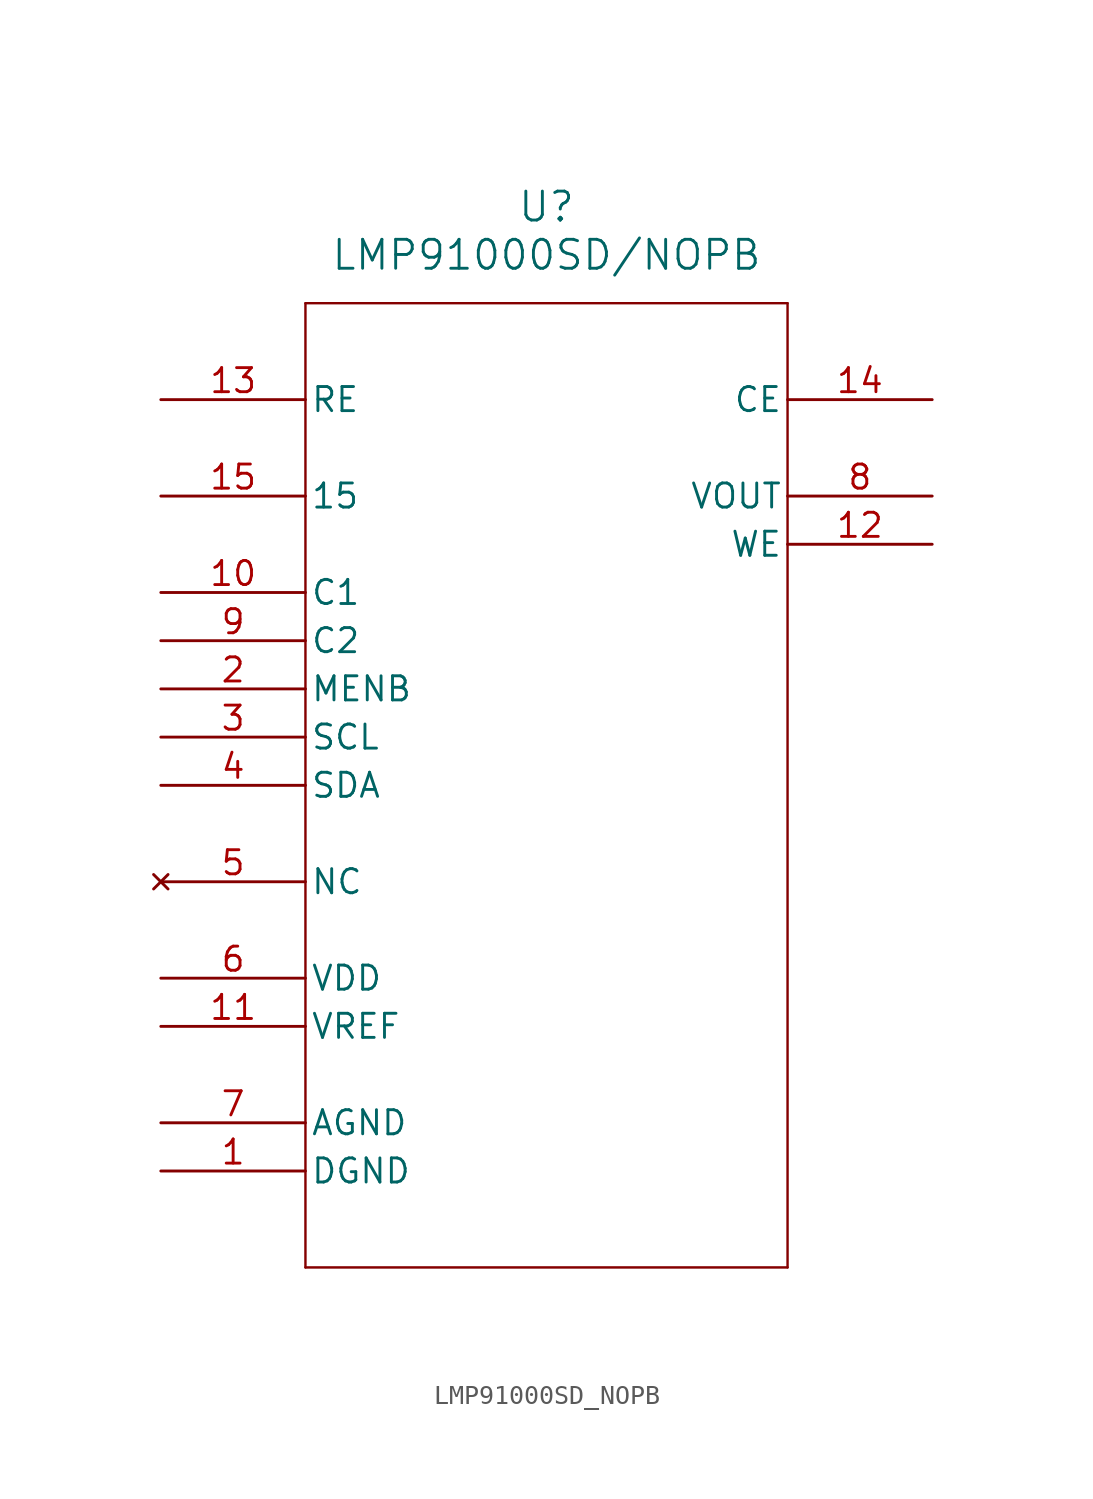
<source format=kicad_sym>
(kicad_symbol_lib
  (version 20211014)
  (generator kicad_symbol_editor)
  (symbol "LMP91000SD_NOPB"
    (pin_names
      (offset 0.254))
    (property "Reference" "U"
      (at 20.32 10.16 0)
      (effects (font (size 1.524 1.524))))
    (property "Value" "LMP91000SD/NOPB"
      (at 20.32 7.62 0)
      (effects (font (size 1.524 1.524))))
    (symbol "LMP91000SD_NOPB_0_1"
      (polyline (pts (xy 7.62 5.08) (xy 7.62 -45.72)) (stroke (width 0.127) (type default) (color 0 0 0 0)) (fill (type none)))
      (polyline (pts (xy 7.62 -45.72) (xy 33.02 -45.72)) (stroke (width 0.127) (type default) (color 0 0 0 0)) (fill (type none)))
      (polyline (pts (xy 33.02 -45.72) (xy 33.02 5.08)) (stroke (width 0.127) (type default) (color 0 0 0 0)) (fill (type none)))
      (polyline (pts (xy 33.02 5.08) (xy 7.62 5.08)) (stroke (width 0.127) (type default) (color 0 0 0 0)) (fill (type none)))
      (pin power_in line (at 0 -40.64 0) (length 7.62) (name "DGND" (effects (font (size 1.27 1.27)))) (number "1" (effects (font (size 1.27 1.27)))))
      (pin unspecified line (at 0 -15.24 0) (length 7.62) (name "MENB" (effects (font (size 1.27 1.27)))) (number "2" (effects (font (size 1.27 1.27)))))
      (pin unspecified line (at 0 -17.78 0) (length 7.62) (name "SCL" (effects (font (size 1.27 1.27)))) (number "3" (effects (font (size 1.27 1.27)))))
      (pin unspecified line (at 0 -20.32 0) (length 7.62) (name "SDA" (effects (font (size 1.27 1.27)))) (number "4" (effects (font (size 1.27 1.27)))))
      (pin no_connect line (at 0 -25.4 0) (length 7.62) (name "NC" (effects (font (size 1.27 1.27)))) (number "5" (effects (font (size 1.27 1.27)))))
      (pin power_in line (at 0 -30.48 0) (length 7.62) (name "VDD" (effects (font (size 1.27 1.27)))) (number "6" (effects (font (size 1.27 1.27)))))
      (pin power_in line (at 0 -38.1 0) (length 7.62) (name "AGND" (effects (font (size 1.27 1.27)))) (number "7" (effects (font (size 1.27 1.27)))))
      (pin output line (at 40.64 -5.08 180) (length 7.62) (name "VOUT" (effects (font (size 1.27 1.27)))) (number "8" (effects (font (size 1.27 1.27)))))
      (pin unspecified line (at 0 -12.7 0) (length 7.62) (name "C2" (effects (font (size 1.27 1.27)))) (number "9" (effects (font (size 1.27 1.27)))))
      (pin unspecified line (at 0 -10.16 0) (length 7.62) (name "C1" (effects (font (size 1.27 1.27)))) (number "10" (effects (font (size 1.27 1.27)))))
      (pin input line (at 0 -33.02 0) (length 7.62) (name "VREF" (effects (font (size 1.27 1.27)))) (number "11" (effects (font (size 1.27 1.27)))))
      (pin output line (at 40.64 -7.62 180) (length 7.62) (name "WE" (effects (font (size 1.27 1.27)))) (number "12" (effects (font (size 1.27 1.27)))))
      (pin input line (at 0 0 0) (length 7.62) (name "RE" (effects (font (size 1.27 1.27)))) (number "13" (effects (font (size 1.27 1.27)))))
      (pin output line (at 40.64 0 180) (length 7.62) (name "CE" (effects (font (size 1.27 1.27)))) (number "14" (effects (font (size 1.27 1.27)))))
      (pin unspecified line (at 0 -5.08 0) (length 7.62) (name "15" (effects (font (size 1.27 1.27)))) (number "15" (effects (font (size 1.27 1.27))))))))
</source>
